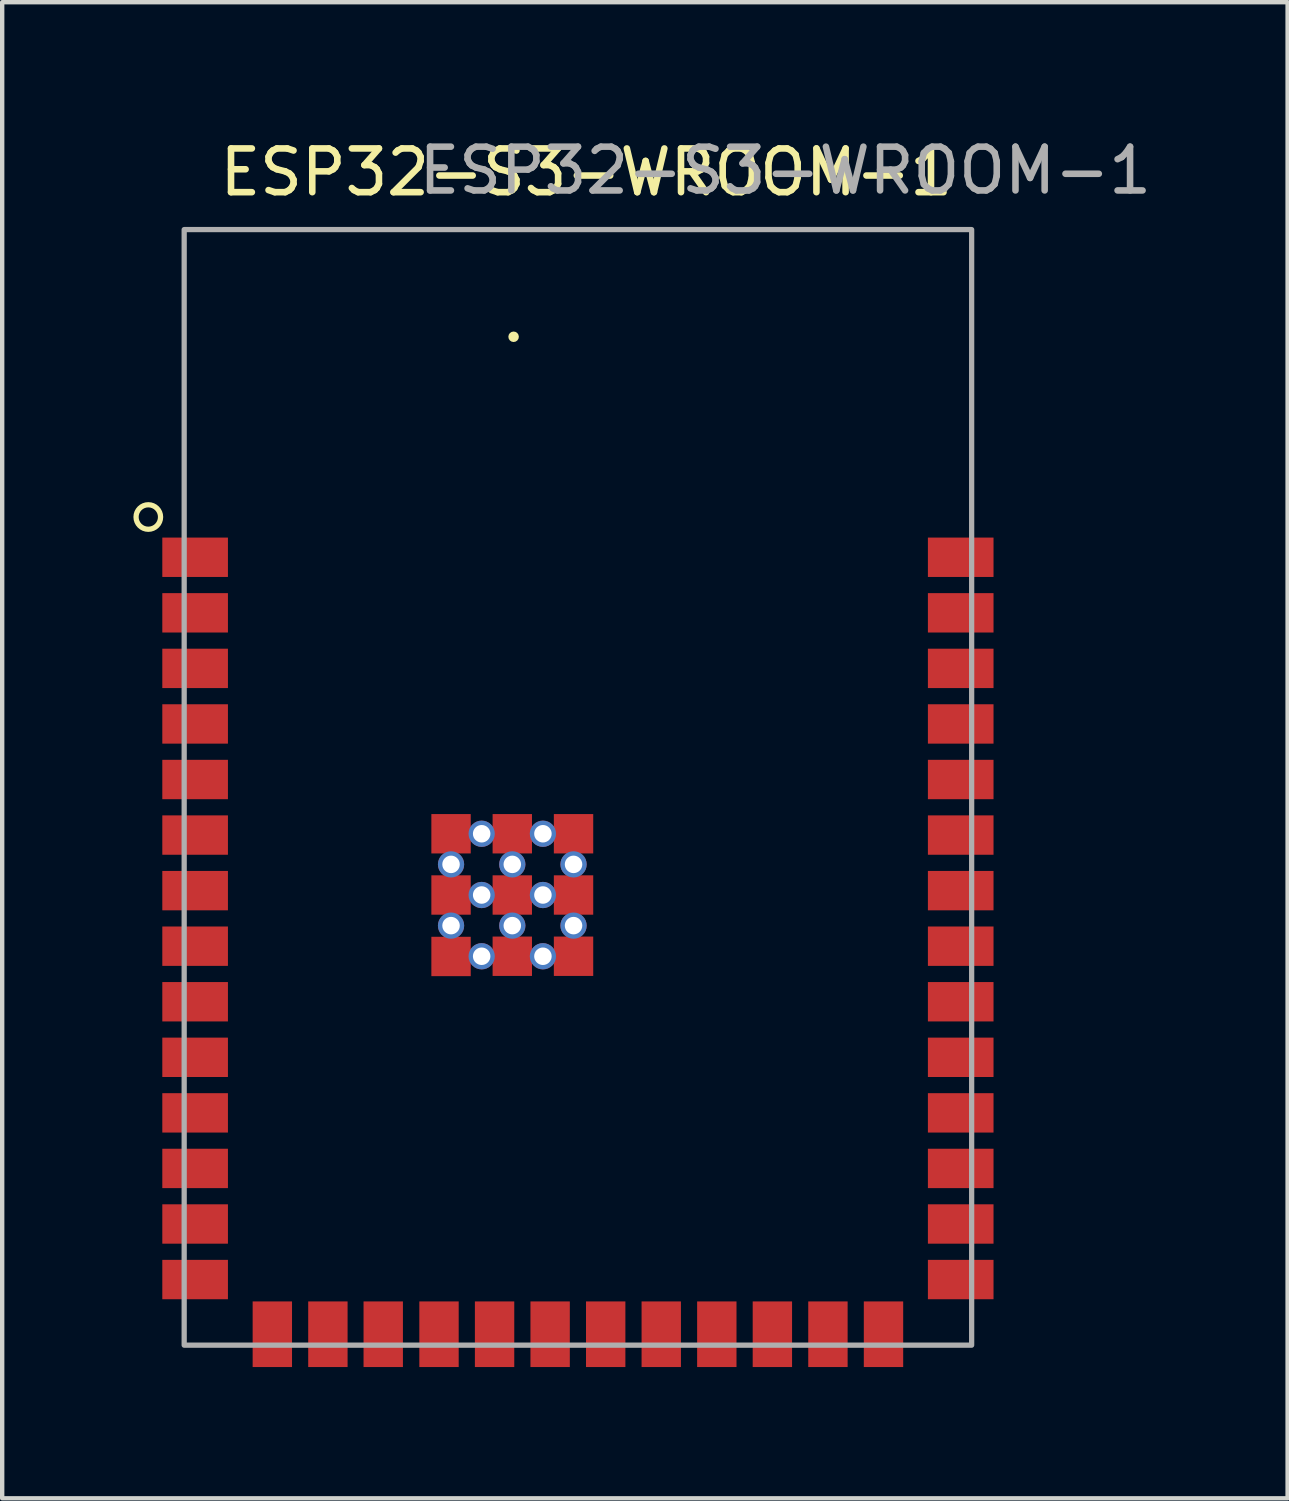
<source format=kicad_pcb>
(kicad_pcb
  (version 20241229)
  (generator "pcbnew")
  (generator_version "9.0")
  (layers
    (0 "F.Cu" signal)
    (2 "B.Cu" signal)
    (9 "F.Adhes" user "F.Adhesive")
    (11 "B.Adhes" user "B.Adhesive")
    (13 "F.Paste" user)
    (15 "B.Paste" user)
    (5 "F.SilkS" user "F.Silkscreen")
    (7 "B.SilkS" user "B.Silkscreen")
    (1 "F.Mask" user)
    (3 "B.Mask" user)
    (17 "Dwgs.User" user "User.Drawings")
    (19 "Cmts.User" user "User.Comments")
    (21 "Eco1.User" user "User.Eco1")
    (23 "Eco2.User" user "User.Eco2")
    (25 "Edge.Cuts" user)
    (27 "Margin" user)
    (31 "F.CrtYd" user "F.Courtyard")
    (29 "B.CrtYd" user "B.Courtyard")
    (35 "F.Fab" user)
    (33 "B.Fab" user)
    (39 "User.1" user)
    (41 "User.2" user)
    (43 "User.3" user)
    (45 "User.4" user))
  (footprint "ESP32-S3-WROOM-1"
    (layer "F.Cu")
    (at 10.16 14.948)
    (property "Reference" "ESP32-S3-WROOM-1" (at 0.19 -14.06 0) (unlocked yes) (layer "F.SilkS") (effects (font (size 1 1) (thickness 0.15))))
    (fp_circle (center -9.82 -6.18) (end -9.66 -5.95) (stroke (width 0.12) (type solid)) (fill no) (layer "F.SilkS"))
    (fp_circle (center -1.47 -10.3) (end -1.47 -10.3) (stroke (width 0.12) (type solid)) (fill no) (layer "F.SilkS"))
    (fp_rect (start -9 -12.75) (end 9 12.75) (stroke (width 0.12) (type solid)) (fill no) (layer "F.Fab"))
    (fp_text user "${REFERENCE}" (at 4.74 -14.1 0) (unlocked yes) (layer "F.Fab") (effects (font (size 1 1) (thickness 0.15))))
    (pad "1" smd rect (at -8.75 -5.26) (size 1.5 0.9) (layers "F.Cu" "F.Mask" "F.Paste"))
    (pad "2" smd rect (at -8.75 -3.99) (size 1.5 0.9) (layers "F.Cu" "F.Mask" "F.Paste"))
    (pad "3" smd rect (at -8.75 -2.72) (size 1.5 0.9) (layers "F.Cu" "F.Mask" "F.Paste"))
    (pad "4" smd rect (at -8.75 -1.45) (size 1.5 0.9) (layers "F.Cu" "F.Mask" "F.Paste"))
    (pad "5" smd rect (at -8.75 -0.18) (size 1.5 0.9) (layers "F.Cu" "F.Mask" "F.Paste"))
    (pad "6" smd rect (at -8.75 1.09) (size 1.5 0.9) (layers "F.Cu" "F.Mask" "F.Paste"))
    (pad "7" smd rect (at -8.75 2.36) (size 1.5 0.9) (layers "F.Cu" "F.Mask" "F.Paste"))
    (pad "8" smd rect (at -8.75 3.63) (size 1.5 0.9) (layers "F.Cu" "F.Mask" "F.Paste"))
    (pad "9" smd rect (at -8.75 4.9) (size 1.5 0.9) (layers "F.Cu" "F.Mask" "F.Paste"))
    (pad "10" smd rect (at -8.75 6.17) (size 1.5 0.9) (layers "F.Cu" "F.Mask" "F.Paste"))
    (pad "11" smd rect (at -8.75 7.44) (size 1.5 0.9) (layers "F.Cu" "F.Mask" "F.Paste"))
    (pad "12" smd rect (at -8.75 8.71) (size 1.5 0.9) (layers "F.Cu" "F.Mask" "F.Paste"))
    (pad "13" smd rect (at -8.75 9.98) (size 1.5 0.9) (layers "F.Cu" "F.Mask" "F.Paste"))
    (pad "14" smd rect (at -8.75 11.25) (size 1.5 0.9) (layers "F.Cu" "F.Mask" "F.Paste"))
    (pad "15" smd rect (at -6.985 12.5) (size 0.9 1.5) (layers "F.Cu" "F.Mask" "F.Paste"))
    (pad "16" smd rect (at -5.715 12.5) (size 0.9 1.5) (layers "F.Cu" "F.Mask" "F.Paste"))
    (pad "17" smd rect (at -4.45 12.5) (size 0.9 1.5) (layers "F.Cu" "F.Mask" "F.Paste"))
    (pad "18" smd rect (at -3.175 12.5) (size 0.9 1.5) (layers "F.Cu" "F.Mask" "F.Paste"))
    (pad "19" smd rect (at -1.905 12.5) (size 0.9 1.5) (layers "F.Cu" "F.Mask" "F.Paste"))
    (pad "20" smd rect (at -0.635 12.5) (size 0.9 1.5) (layers "F.Cu" "F.Mask" "F.Paste"))
    (pad "21" smd rect (at 0.635 12.5) (size 0.9 1.5) (layers "F.Cu" "F.Mask" "F.Paste"))
    (pad "22" smd rect (at 1.905 12.5) (size 0.9 1.5) (layers "F.Cu" "F.Mask" "F.Paste"))
    (pad "23" smd rect (at 3.175 12.5) (size 0.9 1.5) (layers "F.Cu" "F.Mask" "F.Paste"))
    (pad "24" smd rect (at 4.445 12.5) (size 0.9 1.5) (layers "F.Cu" "F.Mask" "F.Paste"))
    (pad "25" smd rect (at 5.715 12.5) (size 0.9 1.5) (layers "F.Cu" "F.Mask" "F.Paste"))
    (pad "26" smd rect (at 6.985 12.5) (size 0.9 1.5) (layers "F.Cu" "F.Mask" "F.Paste"))
    (pad "27" smd rect (at 8.75 11.25) (size 1.5 0.9) (layers "F.Cu" "F.Mask" "F.Paste"))
    (pad "28" smd rect (at 8.75 9.98) (size 1.5 0.9) (layers "F.Cu" "F.Mask" "F.Paste"))
    (pad "29" smd rect (at 8.75 8.71) (size 1.5 0.9) (layers "F.Cu" "F.Mask" "F.Paste"))
    (pad "30" smd rect (at 8.75 7.44) (size 1.5 0.9) (layers "F.Cu" "F.Mask" "F.Paste"))
    (pad "31" smd rect (at 8.75 6.17) (size 1.5 0.9) (layers "F.Cu" "F.Mask" "F.Paste"))
    (pad "32" smd rect (at 8.75 4.9) (size 1.5 0.9) (layers "F.Cu" "F.Mask" "F.Paste"))
    (pad "33" smd rect (at 8.75 3.63) (size 1.5 0.9) (layers "F.Cu" "F.Mask" "F.Paste"))
    (pad "34" smd rect (at 8.75 2.36) (size 1.5 0.9) (layers "F.Cu" "F.Mask" "F.Paste"))
    (pad "35" smd rect (at 8.75 1.09) (size 1.5 0.9) (layers "F.Cu" "F.Mask" "F.Paste"))
    (pad "36" smd rect (at 8.75 -0.18) (size 1.5 0.9) (layers "F.Cu" "F.Mask" "F.Paste"))
    (pad "37" smd rect (at 8.75 -1.45) (size 1.5 0.9) (layers "F.Cu" "F.Mask" "F.Paste"))
    (pad "38" smd rect (at 8.75 -2.72) (size 1.5 0.9) (layers "F.Cu" "F.Mask" "F.Paste"))
    (pad "39" smd rect (at 8.75 -3.99) (size 1.5 0.9) (layers "F.Cu" "F.Mask" "F.Paste"))
    (pad "40" smd rect (at 8.75 -5.26) (size 1.5 0.9) (layers "F.Cu" "F.Mask" "F.Paste"))
    (pad "41" smd rect (at -2.9 1.06) (size 0.9 0.9) (layers "F.Cu" "F.Mask" "F.Paste"))
    (pad "41" thru_hole circle (at -2.9 1.76) (size 0.6 0.6) (drill 0.4) (layers "*.Cu" "*.Mask"))
    (pad "41" smd rect (at -2.9 2.46) (size 0.9 0.9) (layers "F.Cu" "F.Mask" "F.Paste"))
    (pad "41" thru_hole circle (at -2.9 3.16) (size 0.6 0.6) (drill 0.4) (layers "*.Cu" "*.Mask"))
    (pad "41" smd rect (at -2.9 3.865) (size 0.9 0.9) (layers "F.Cu" "F.Mask" "F.Paste"))
    (pad "41" thru_hole circle (at -2.2 1.06) (size 0.6 0.6) (drill 0.4) (layers "*.Cu" "*.Mask"))
    (pad "41" thru_hole circle (at -2.2 2.46) (size 0.6 0.6) (drill 0.4) (layers "*.Cu" "*.Mask"))
    (pad "41" thru_hole circle (at -2.2 3.86) (size 0.6 0.6) (drill 0.4) (layers "*.Cu" "*.Mask"))
    (pad "41" smd rect (at -1.5 1.06) (size 0.9 0.9) (layers "F.Cu" "F.Mask" "F.Paste"))
    (pad "41" thru_hole circle (at -1.5 1.76) (size 0.6 0.6) (drill 0.4) (layers "*.Cu" "*.Mask"))
    (pad "41" smd rect (at -1.5 2.46) (size 0.9 0.9) (layers "F.Cu" "F.Mask" "F.Paste"))
    (pad "41" thru_hole circle (at -1.5 3.16) (size 0.6 0.6) (drill 0.4) (layers "*.Cu" "*.Mask"))
    (pad "41" smd rect (at -1.5 3.86) (size 0.9 0.9) (layers "F.Cu" "F.Mask" "F.Paste"))
    (pad "41" thru_hole circle (at -0.8 1.06) (size 0.6 0.6) (drill 0.4) (layers "*.Cu" "*.Mask"))
    (pad "41" thru_hole circle (at -0.8 2.46) (size 0.6 0.6) (drill 0.4) (layers "*.Cu" "*.Mask"))
    (pad "41" thru_hole circle (at -0.8 3.86) (size 0.6 0.6) (drill 0.4) (layers "*.Cu" "*.Mask"))
    (pad "41" smd rect (at -0.1 1.06) (size 0.9 0.9) (layers "F.Cu" "F.Mask" "F.Paste"))
    (pad "41" thru_hole circle (at -0.1 1.76) (size 0.6 0.6) (drill 0.4) (layers "*.Cu" "*.Mask"))
    (pad "41" smd rect (at -0.1 2.46) (size 0.9 0.9) (layers "F.Cu" "F.Mask" "F.Paste"))
    (pad "41" thru_hole circle (at -0.1 3.16) (size 0.6 0.6) (drill 0.4) (layers "*.Cu" "*.Mask"))
    (pad "41" smd rect (at -0.1 3.86) (size 0.9 0.9) (layers "F.Cu" "F.Mask" "F.Paste"))
    (zone (net_name "") (layer "F.Cu") (name "Antenna area") (hatch edge 0.508) (connect_pads) (min_thickness 0.254) (filled_areas_thickness no) (keepout (tracks not_allowed) (vias not_allowed) (pads not_allowed) (copperpour not_allowed) (footprints allowed)) (placement (enabled no)) (fill) (polygon (pts (xy 1.21 2.198) (xy 19.17 2.168) (xy 19.14 8.158) (xy 1.18 8.158) (xy 1.16 2.148)))))
  (gr_rect
    (start -3 -3)
    (end 26.382 31.198)
    (stroke (width 0.1) (type default))
    (fill no)
    (layer "Edge.Cuts")))
</source>
